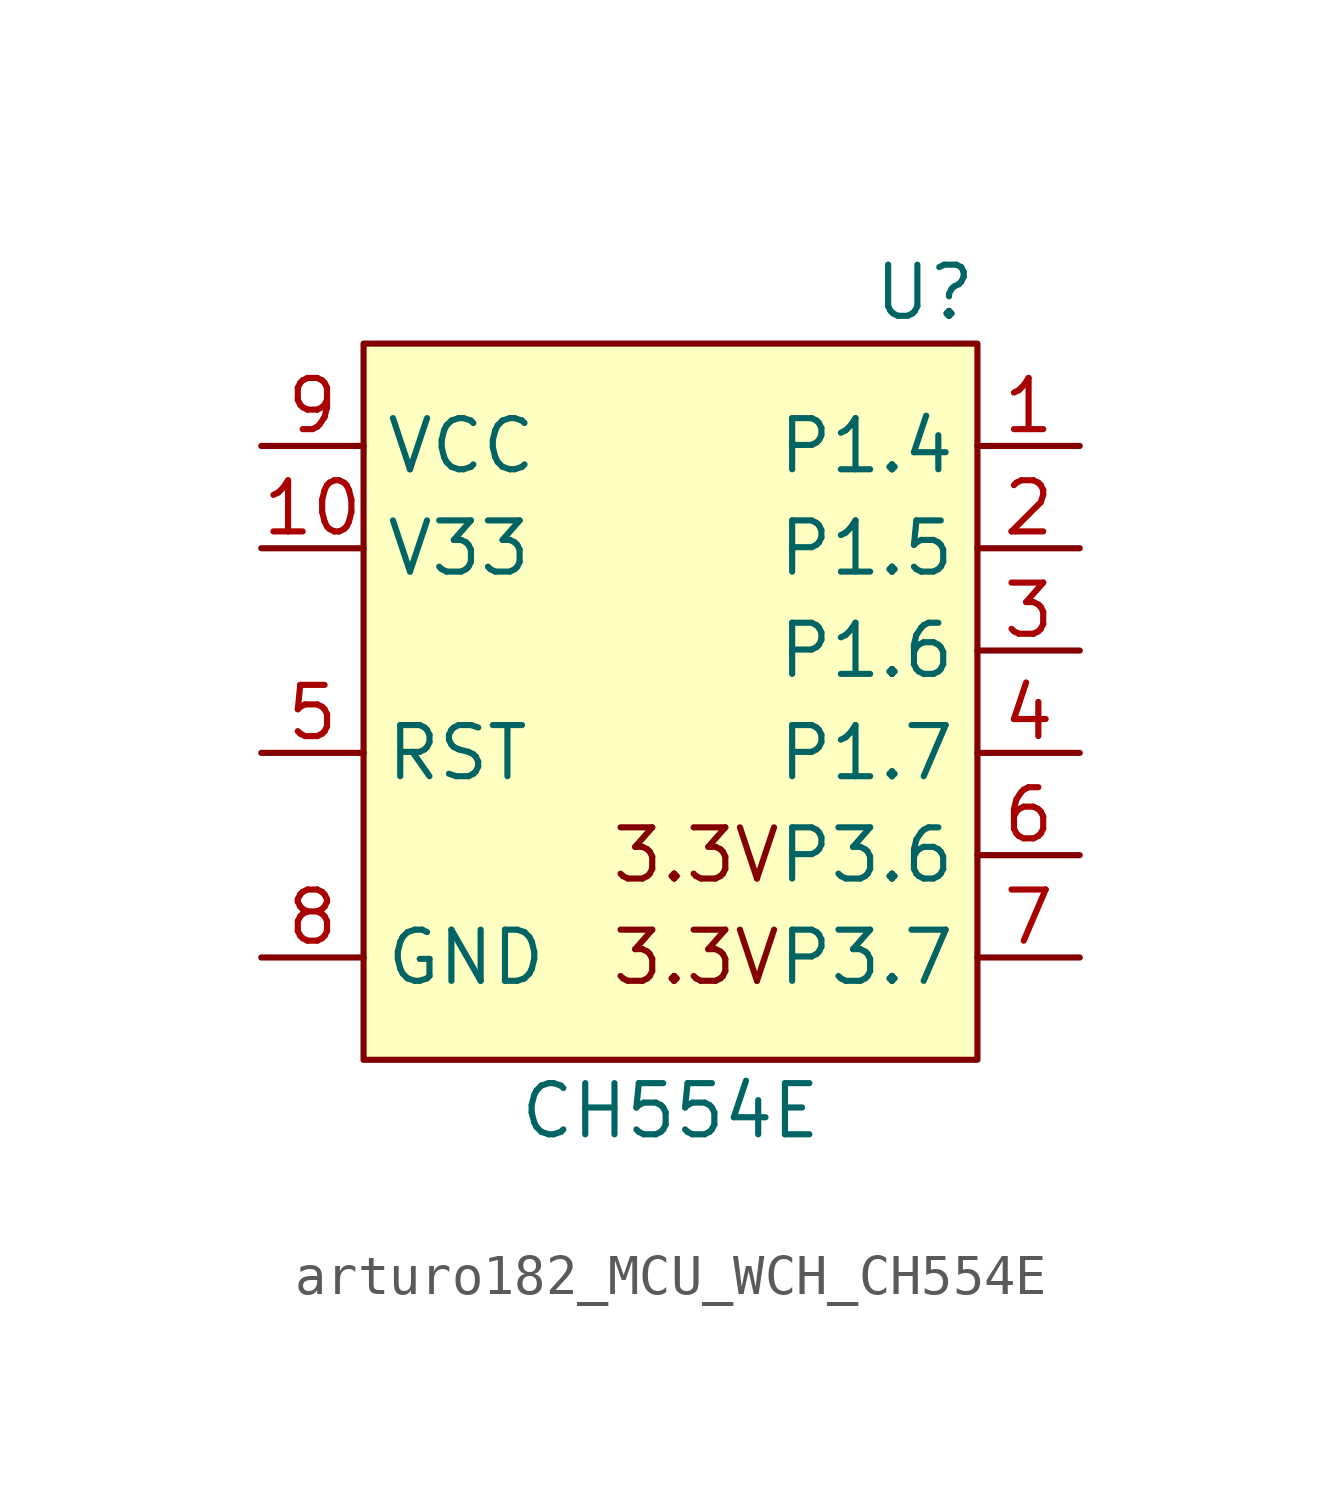
<source format=kicad_sym>
(kicad_symbol_lib
  (version 20220914)
  (generator kicad_symbol_editor)
  (symbol "MCU_WCH:arturo182_MCU_WCH_CH554E"
    (property "Reference" "U"
      (at 7.62 11.43 0)
      (effects (font (size 1.27 1.27)) (justify right)))
    (property "Value" "CH554E"
      (at 0 -8.89 0)
      (effects (font (size 1.27 1.27))))
    (symbol "arturo182_MCU_WCH_CH554E_0_0"
      (text "3.3V" (at 0.635 -5.08 0) (effects (font (size 1.27 1.27))))
      (text "3.3V" (at 0.635 -2.54 0) (effects (font (size 1.27 1.27))))
      (pin bidirectional line (at 10.16 7.62 180) (length 2.54) (name "P1.4" (effects (font (size 1.27 1.27)))) (number "1" (effects (font (size 1.27 1.27)))) (alternate "AIN1" bidirectional line) (alternate "CAP1" bidirectional line) (alternate "SCS" bidirectional line) (alternate "T2" bidirectional line) (alternate "TIN2" bidirectional line) (alternate "UCC1" bidirectional line))
      (pin power_out line (at -10.16 5.08 0) (length 2.54) (name "V33" (effects (font (size 1.27 1.27)))) (number "10" (effects (font (size 1.27 1.27)))))
      (pin bidirectional line (at 10.16 5.08 180) (length 2.54) (name "P1.5" (effects (font (size 1.27 1.27)))) (number "2" (effects (font (size 1.27 1.27)))) (alternate "AIN2" bidirectional line) (alternate "MOSI" bidirectional line) (alternate "PWM1" bidirectional line) (alternate "TIN3" bidirectional line) (alternate "UCC2" bidirectional line))
      (pin bidirectional line (at 10.16 2.54 180) (length 2.54) (name "P1.6" (effects (font (size 1.27 1.27)))) (number "3" (effects (font (size 1.27 1.27)))) (alternate "MISO" bidirectional line) (alternate "RXD1" bidirectional line) (alternate "TIN4" bidirectional line))
      (pin bidirectional line (at 10.16 0 180) (length 2.54) (name "P1.7" (effects (font (size 1.27 1.27)))) (number "4" (effects (font (size 1.27 1.27)))) (alternate "SCK" bidirectional line) (alternate "TIN5" bidirectional line) (alternate "TXD1" bidirectional line))
      (pin bidirectional line (at -10.16 0 0) (length 2.54) (name "RST" (effects (font (size 1.27 1.27)))) (number "5" (effects (font (size 1.27 1.27)))))
      (pin bidirectional line (at 10.16 -2.54 180) (length 2.54) (name "P3.6" (effects (font (size 1.27 1.27)))) (number "6" (effects (font (size 1.27 1.27)))) (alternate "USB_D+" bidirectional line))
      (pin bidirectional line (at 10.16 -5.08 180) (length 2.54) (name "P3.7" (effects (font (size 1.27 1.27)))) (number "7" (effects (font (size 1.27 1.27)))) (alternate "USB_D-" bidirectional line))
      (pin power_in line (at -10.16 -5.08 0) (length 2.54) (name "GND" (effects (font (size 1.27 1.27)))) (number "8" (effects (font (size 1.27 1.27)))))
      (pin power_in line (at -10.16 7.62 0) (length 2.54) (name "VCC" (effects (font (size 1.27 1.27)))) (number "9" (effects (font (size 1.27 1.27))))))
    (symbol "arturo182_MCU_WCH_CH554E_0_1"
      (rectangle (start -7.62 10.16) (end 7.62 -7.62) (stroke (width 0.152)) (fill (type background))))))
</source>
